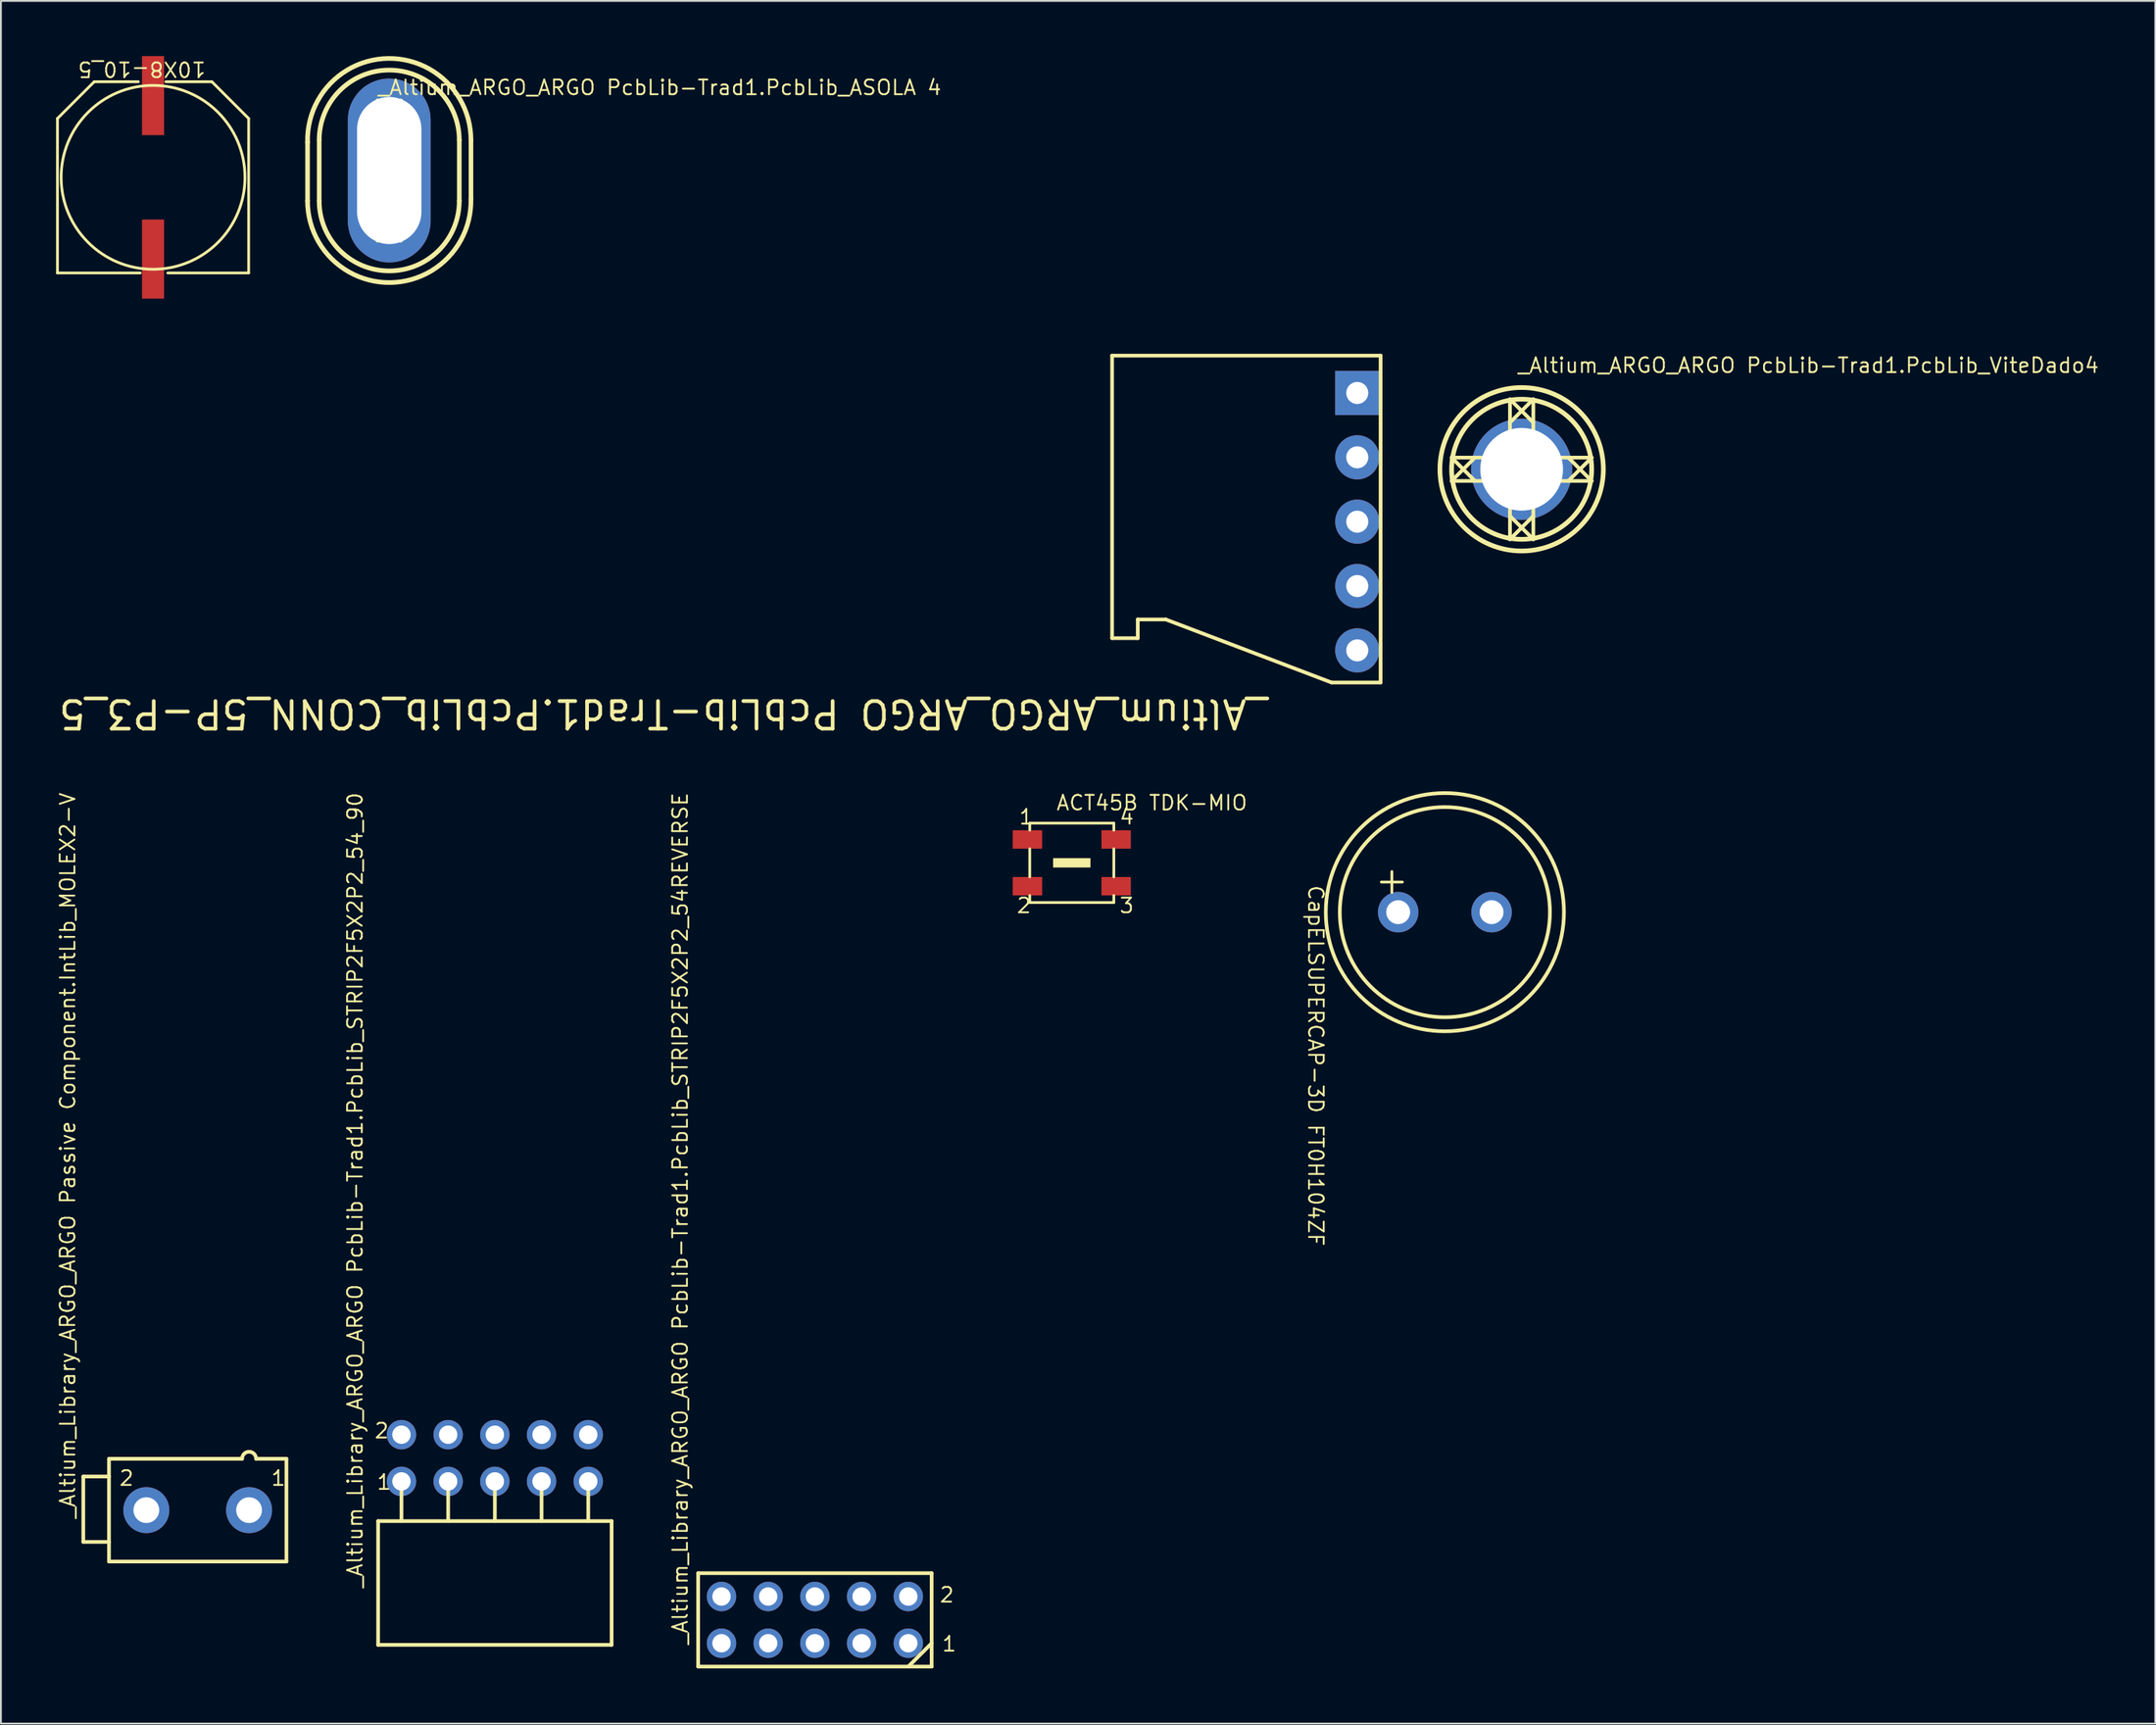
<source format=kicad_pcb>
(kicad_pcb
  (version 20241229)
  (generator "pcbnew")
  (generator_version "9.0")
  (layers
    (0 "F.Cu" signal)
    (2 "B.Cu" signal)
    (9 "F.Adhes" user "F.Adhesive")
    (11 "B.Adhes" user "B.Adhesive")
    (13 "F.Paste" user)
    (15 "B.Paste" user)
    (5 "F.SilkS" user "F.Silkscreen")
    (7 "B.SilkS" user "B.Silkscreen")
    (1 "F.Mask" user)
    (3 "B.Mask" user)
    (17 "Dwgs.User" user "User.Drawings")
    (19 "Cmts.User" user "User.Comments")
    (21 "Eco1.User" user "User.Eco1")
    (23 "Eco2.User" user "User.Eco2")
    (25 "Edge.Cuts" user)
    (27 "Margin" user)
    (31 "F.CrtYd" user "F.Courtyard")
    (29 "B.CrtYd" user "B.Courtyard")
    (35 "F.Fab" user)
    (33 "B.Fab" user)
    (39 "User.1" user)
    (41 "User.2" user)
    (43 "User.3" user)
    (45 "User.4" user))
  (footprint "_Altium_Library_ARGO_ARGO Passive Component.IntLib_MOLEX2-V"
    (layer "F.Cu")
    (at 10.498 79.082)
    (property "Reference" "_Altium_Library_ARGO_ARGO Passive Component.IntLib_MOLEX2-V" (at -9.398 0.508 90) (unlocked yes) (layer "F.SilkS") (effects (font (size 0.8 0.8) (thickness 0.1)) (justify left bottom)))
    (fp_line (start -9.017 -1.828) (end -7.62 -1.828) (stroke (width 0.2) (type solid)) (layer "F.SilkS"))
    (fp_line (start -9.017 1.728) (end -9.017 -1.828) (stroke (width 0.2) (type solid)) (layer "F.SilkS"))
    (fp_line (start -9.017 1.728) (end -7.62 1.728) (stroke (width 0.2) (type solid)) (layer "F.SilkS"))
    (fp_line (start -7.62 -2.794) (end -0.381 -2.794) (stroke (width 0.2) (type solid)) (layer "F.SilkS"))
    (fp_line (start -7.62 2.794) (end -7.62 -2.794) (stroke (width 0.2) (type solid)) (layer "F.SilkS"))
    (fp_line (start -7.62 2.794) (end 2.032 2.794) (stroke (width 0.2) (type solid)) (layer "F.SilkS"))
    (fp_line (start 0.381 -2.794) (end 2.032 -2.794) (stroke (width 0.2) (type solid)) (layer "F.SilkS"))
    (fp_line (start 2.032 2.794) (end 2.032 -2.794) (stroke (width 0.2) (type solid)) (layer "F.SilkS"))
    (fp_arc (start -0.381 -2.794) (mid 0 -3.175) (end 0.381 -2.794) (stroke (width 0.2) (type solid)) (layer "F.SilkS"))
    (fp_text user "2" (at -7.112 -1.27 0) (unlocked yes) (layer "F.SilkS") (effects (font (size 0.8 0.8) (thickness 0.1)) (justify left bottom)))
    (fp_text user "1" (at 1.143 -1.27 0) (unlocked yes) (layer "F.SilkS") (effects (font (size 0.8 0.8) (thickness 0.1)) (justify left bottom)))
    (pad "1" thru_hole circle (at 0 0) (size 2.5 2.5) (drill 1.4) (layers "*.Cu" "*.Mask"))
    (pad "2" thru_hole circle (at -5.588 0) (size 2.5 2.5) (drill 1.4) (layers "*.Cu" "*.Mask")))
  (footprint "_Altium_ARGO_ARGO PcbLib-Trad1.PcbLib_ASOLA 4"
    (layer "F.Cu")
    (at 18.122 6.223)
    (property "Reference" "_Altium_ARGO_ARGO PcbLib-Trad1.PcbLib_ASOLA 4" (at -0.666 -4.045 0) (unlocked yes) (layer "F.SilkS") (effects (font (size 0.8 0.8) (thickness 0.1)) (justify left bottom)))
    (fp_line (start -4.443 1.649) (end -4.443 -1.534) (stroke (width 0.25) (type solid)) (layer "F.SilkS"))
    (fp_line (start -3.81 1.651) (end -3.81 -1.651) (stroke (width 0.25) (type solid)) (layer "F.SilkS"))
    (fp_line (start -0.635 -3.81) (end 0.635 -2.54) (stroke (width 0.2) (type solid)) (layer "F.SilkS"))
    (fp_line (start -0.635 -2.54) (end 0.635 -3.81) (stroke (width 0.2) (type solid)) (layer "F.SilkS"))
    (fp_line (start -0.635 -0.635) (end -0.635 -3.81) (stroke (width 0.2) (type solid)) (layer "F.SilkS"))
    (fp_line (start -0.635 2.54) (end 0.635 3.81) (stroke (width 0.2) (type solid)) (layer "F.SilkS"))
    (fp_line (start -0.635 3.81) (end -0.635 0.635) (stroke (width 0.2) (type solid)) (layer "F.SilkS"))
    (fp_line (start -0.635 3.81) (end 0.635 2.54) (stroke (width 0.2) (type solid)) (layer "F.SilkS"))
    (fp_line (start 0.635 -0.635) (end 0.635 -3.81) (stroke (width 0.2) (type solid)) (layer "F.SilkS"))
    (fp_line (start 0.635 3.81) (end 0.635 0.635) (stroke (width 0.2) (type solid)) (layer "F.SilkS"))
    (fp_line (start 3.81 1.651) (end 3.81 -1.651) (stroke (width 0.25) (type solid)) (layer "F.SilkS"))
    (fp_line (start 4.443 1.534) (end 4.445 1.533) (stroke (width 0.25) (type solid)) (layer "F.SilkS"))
    (fp_line (start 4.445 1.533) (end 4.445 -1.651) (stroke (width 0.25) (type solid)) (layer "F.SilkS"))
    (fp_arc (start -4.443462 -1.534067) (mid -0.058472 -6.095616) (end 4.445 -1.651) (stroke (width 0.254) (type solid)) (layer "F.SilkS"))
    (fp_arc (start -3.81 -1.651) (mid 0 -5.461) (end 3.81 -1.651) (stroke (width 0.254) (type solid)) (layer "F.SilkS"))
    (fp_arc (start 3.81 1.651) (mid 0 5.461) (end -3.81 1.651) (stroke (width 0.254) (type solid)) (layer "F.SilkS"))
    (fp_arc (start 4.443462 1.534067) (mid 0.058472 6.095616) (end -4.445 1.651) (stroke (width 0.254) (type solid)) (layer "F.SilkS"))
    (pad "1" thru_hole oval (at 0 0) (size 4.5 10) (drill oval 3.5 8) (layers "*.Cu" "*.Mask")))
  (footprint "10X8-10_5"
    (layer "F.Cu")
    (at 5.275 2.15)
    (property "Reference" "10X8-10_5" (at 2.921 -1.905 180) (unlocked yes) (layer "F.SilkS") (effects (font (size 0.8 0.8) (thickness 0.1)) (justify left bottom)))
    (fp_line (start -5.2 1.245) (end -5.2 9.645) (stroke (width 0.15) (type solid)) (layer "F.SilkS"))
    (fp_line (start -3.2 -0.755) (end -5.2 1.245) (stroke (width 0.15) (type solid)) (layer "F.SilkS"))
    (fp_line (start -0.8 -0.755) (end -3.2 -0.755) (stroke (width 0.15) (type solid)) (layer "F.SilkS"))
    (fp_line (start -0.7 9.645) (end -5.2 9.645) (stroke (width 0.15) (type solid)) (layer "F.SilkS"))
    (fp_line (start 3.2 -0.755) (end 0.7 -0.755) (stroke (width 0.15) (type solid)) (layer "F.SilkS"))
    (fp_line (start 5.2 1.245) (end 3.2 -0.755) (stroke (width 0.15) (type solid)) (layer "F.SilkS"))
    (fp_line (start 5.2 1.245) (end 5.2 9.645) (stroke (width 0.15) (type solid)) (layer "F.SilkS"))
    (fp_line (start 5.2 9.645) (end 0.8 9.645) (stroke (width 0.15) (type solid)) (layer "F.SilkS"))
    (fp_circle (center 0 4.445) (end 0 9.445) (stroke (width 0.15) (type solid)) (fill no) (layer "F.SilkS"))
    (pad "1" smd rect (at 0 0) (size 1.2 4.3) (layers "F.Cu" "F.Mask" "F.Paste"))
    (pad "2" smd rect (at 0 8.89) (size 1.2 4.3) (layers "F.Cu" "F.Mask" "F.Paste")))
  (footprint "_Altium_Library_ARGO_ARGO PcbLib-Trad1.PcbLib_STRIP2F5X2P2_54REVERSE"
    (layer "F.Cu")
    (at 36.195 86.32)
    (property "Reference" "_Altium_Library_ARGO_ARGO PcbLib-Trad1.PcbLib_STRIP2F5X2P2_54REVERSE" (at -1.778 0.127 90) (unlocked yes) (layer "F.SilkS") (effects (font (size 0.8 0.8) (thickness 0.1)) (justify left bottom)))
    (fp_line (start -1.27 1.27) (end -1.27 -3.81) (stroke (width 0.2) (type solid)) (layer "F.SilkS"))
    (fp_line (start 11.43 -3.81) (end -1.27 -3.81) (stroke (width 0.2) (type solid)) (layer "F.SilkS"))
    (fp_line (start 11.43 -3.81) (end 11.43 1.27) (stroke (width 0.2) (type solid)) (layer "F.SilkS"))
    (fp_line (start 11.43 0) (end 10.16 1.27) (stroke (width 0.2) (type solid)) (layer "F.SilkS"))
    (fp_line (start 11.43 1.27) (end -1.27 1.27) (stroke (width 0.2) (type solid)) (layer "F.SilkS"))
    (fp_text user "1" (at 11.938 0.508 0) (unlocked yes) (layer "F.SilkS") (effects (font (size 0.8 0.8) (thickness 0.1)) (justify left bottom)))
    (fp_text user "2" (at 11.811 -2.159 0) (unlocked yes) (layer "F.SilkS") (effects (font (size 0.8 0.8) (thickness 0.1)) (justify left bottom)))
    (pad "1" thru_hole circle (at 10.16 0) (size 1.6 1.6) (drill 1) (layers "*.Cu" "*.Mask"))
    (pad "2" thru_hole circle (at 10.16 -2.54) (size 1.6 1.6) (drill 1) (layers "*.Cu" "*.Mask"))
    (pad "3" thru_hole circle (at 7.62 0) (size 1.6 1.6) (drill 1) (layers "*.Cu" "*.Mask"))
    (pad "4" thru_hole circle (at 7.62 -2.54) (size 1.6 1.6) (drill 1) (layers "*.Cu" "*.Mask"))
    (pad "5" thru_hole circle (at 5.08 0) (size 1.6 1.6) (drill 1) (layers "*.Cu" "*.Mask"))
    (pad "6" thru_hole circle (at 5.08 -2.54) (size 1.6 1.6) (drill 1) (layers "*.Cu" "*.Mask"))
    (pad "7" thru_hole circle (at 2.54 0) (size 1.6 1.6) (drill 1) (layers "*.Cu" "*.Mask"))
    (pad "8" thru_hole circle (at 2.54 -2.54) (size 1.6 1.6) (drill 1) (layers "*.Cu" "*.Mask"))
    (pad "9" thru_hole circle (at 0 0) (size 1.6 1.6) (drill 1) (layers "*.Cu" "*.Mask"))
    (pad "10" thru_hole circle (at 0 -2.54) (size 1.6 1.6) (drill 1) (layers "*.Cu" "*.Mask")))
  (footprint "ACT45B TDK-MIO"
    (layer "F.Cu")
    (at 52.835 42.607)
    (property "Reference" "ACT45B TDK-MIO" (at 1.524 -1.524 0) (unlocked yes) (layer "F.SilkS") (effects (font (size 0.8 0.8) (thickness 0.1)) (justify left bottom)))
    (fp_line (start 0.127 -0.889) (end 4.699 -0.889) (stroke (width 0.15) (type solid)) (layer "F.SilkS"))
    (fp_line (start 0.127 -0.508) (end 0.127 -0.889) (stroke (width 0.15) (type solid)) (layer "F.SilkS"))
    (fp_line (start 0.127 2.032) (end 0.127 0.508) (stroke (width 0.15) (type solid)) (layer "F.SilkS"))
    (fp_line (start 0.127 3.429) (end 0.127 3.048) (stroke (width 0.15) (type solid)) (layer "F.SilkS"))
    (fp_line (start 0.127 3.429) (end 4.699 3.429) (stroke (width 0.15) (type solid)) (layer "F.SilkS"))
    (fp_line (start 4.699 -0.508) (end 4.699 -0.889) (stroke (width 0.15) (type solid)) (layer "F.SilkS"))
    (fp_line (start 4.699 2.032) (end 4.699 0.508) (stroke (width 0.15) (type solid)) (layer "F.SilkS"))
    (fp_line (start 4.699 3.429) (end 4.699 3.048) (stroke (width 0.15) (type solid)) (layer "F.SilkS"))
    (fp_rect (start 3.429 1.016) (end 1.397 1.524) (stroke (width 0) (type default)) (fill yes) (layer "F.SilkS"))
    (fp_text user "2" (at -0.635 4.064 0) (unlocked yes) (layer "F.SilkS") (effects (font (size 0.8 0.8) (thickness 0.1)) (justify left bottom)))
    (fp_text user "4" (at 4.953 -0.762 0) (unlocked yes) (layer "F.SilkS") (effects (font (size 0.8 0.8) (thickness 0.1)) (justify left bottom)))
    (fp_text user "1" (at -0.508 -0.762 0) (unlocked yes) (layer "F.SilkS") (effects (font (size 0.8 0.8) (thickness 0.1)) (justify left bottom)))
    (fp_text user "3" (at 4.953 4.064 0) (unlocked yes) (layer "F.SilkS") (effects (font (size 0.8 0.8) (thickness 0.1)) (justify left bottom)))
    (pad "1" smd rect (at 0 0 180) (size 1.6 1) (layers "F.Cu" "F.Mask" "F.Paste"))
    (pad "2" smd rect (at 0 2.54 180) (size 1.6 1) (layers "F.Cu" "F.Mask" "F.Paste"))
    (pad "3" smd rect (at 4.826 2.54 180) (size 1.6 1) (layers "F.Cu" "F.Mask" "F.Paste"))
    (pad "4" smd rect (at 4.826 0 180) (size 1.6 1) (layers "F.Cu" "F.Mask" "F.Paste")))
  (footprint "_Altium_ARGO_ARGO PcbLib-Trad1.PcbLib_CONN_5P-P3_5"
    (layer "F.Cu")
    (at 70.775 18.322)
    (property "Reference" "_Altium_ARGO_ARGO PcbLib-Trad1.PcbLib_CONN_5P-P3_5" (at -4.76 16.561 180) (unlocked yes) (layer "F.SilkS") (effects (font (size 1.5 1.5) (thickness 0.2)) (justify left bottom)))
    (fp_line (start -13.335 -2.032) (end -13.335 13.335) (stroke (width 0.2) (type solid)) (layer "F.SilkS"))
    (fp_line (start -11.938 13.335) (end -13.335 13.335) (stroke (width 0.2) (type solid)) (layer "F.SilkS"))
    (fp_line (start -11.938 13.335) (end -11.938 12.319) (stroke (width 0.2) (type solid)) (layer "F.SilkS"))
    (fp_line (start -10.414 12.319) (end -11.938 12.319) (stroke (width 0.2) (type solid)) (layer "F.SilkS"))
    (fp_line (start -1.397 15.748) (end -10.414 12.319) (stroke (width 0.2) (type solid)) (layer "F.SilkS"))
    (fp_line (start 1.27 -2.032) (end -13.335 -2.032) (stroke (width 0.2) (type solid)) (layer "F.SilkS"))
    (fp_line (start 1.27 -2.032) (end 1.27 15.748) (stroke (width 0.2) (type solid)) (layer "F.SilkS"))
    (fp_line (start 1.27 15.748) (end -1.397 15.748) (stroke (width 0.2) (type solid)) (layer "F.SilkS"))
    (pad "1" thru_hole rect (at 0 0) (size 2.4 2.4) (drill 1.2) (layers "*.Cu" "*.Mask"))
    (pad "2" thru_hole circle (at 0 3.5) (size 2.4 2.4) (drill 1.2) (layers "*.Cu" "*.Mask"))
    (pad "3" thru_hole circle (at 0 7) (size 2.4 2.4) (drill 1.2) (layers "*.Cu" "*.Mask"))
    (pad "4" thru_hole circle (at 0 10.5) (size 2.4 2.4) (drill 1.2) (layers "*.Cu" "*.Mask"))
    (pad "5" thru_hole circle (at 0 14) (size 2.4 2.4) (drill 1.2) (layers "*.Cu" "*.Mask")))
  (footprint "_Altium_Library_ARGO_ARGO PcbLib-Trad1.PcbLib_STRIP2F5X2P2_54_90"
    (layer "F.Cu")
    (at 18.787 77.519)
    (property "Reference" "_Altium_Library_ARGO_ARGO PcbLib-Trad1.PcbLib_STRIP2F5X2P2_54_90" (at -2.057 5.842 90) (unlocked yes) (layer "F.SilkS") (effects (font (size 0.8 0.8) (thickness 0.1)) (justify left bottom)))
    (fp_line (start -1.27 2.159) (end 11.43 2.159) (stroke (width 0.2) (type solid)) (layer "F.SilkS"))
    (fp_line (start -1.27 8.89) (end -1.27 2.159) (stroke (width 0.2) (type solid)) (layer "F.SilkS"))
    (fp_line (start -1.27 8.89) (end 11.43 8.89) (stroke (width 0.2) (type solid)) (layer "F.SilkS"))
    (fp_line (start 0 2.159) (end 0 0) (stroke (width 0.2) (type solid)) (layer "F.SilkS"))
    (fp_line (start 2.54 2.159) (end 2.54 0) (stroke (width 0.2) (type solid)) (layer "F.SilkS"))
    (fp_line (start 5.08 2.159) (end 5.08 0) (stroke (width 0.2) (type solid)) (layer "F.SilkS"))
    (fp_line (start 7.62 2.159) (end 7.62 0) (stroke (width 0.2) (type solid)) (layer "F.SilkS"))
    (fp_line (start 10.16 2.159) (end 10.16 0) (stroke (width 0.2) (type solid)) (layer "F.SilkS"))
    (fp_line (start 11.43 8.89) (end 11.43 2.159) (stroke (width 0.2) (type solid)) (layer "F.SilkS"))
    (fp_text user "2" (at -1.524 -2.286 0) (unlocked yes) (layer "F.SilkS") (effects (font (size 0.8 0.8) (thickness 0.1)) (justify left bottom)))
    (fp_text user "1" (at -1.397 0.508 0) (unlocked yes) (layer "F.SilkS") (effects (font (size 0.8 0.8) (thickness 0.1)) (justify left bottom)))
    (pad "1" thru_hole circle (at 0 0) (size 1.6 1.6) (drill 1) (layers "*.Cu" "*.Mask"))
    (pad "2" thru_hole circle (at 0 -2.54) (size 1.6 1.6) (drill 1) (layers "*.Cu" "*.Mask"))
    (pad "3" thru_hole circle (at 2.54 0) (size 1.6 1.6) (drill 1) (layers "*.Cu" "*.Mask"))
    (pad "4" thru_hole circle (at 2.54 -2.54) (size 1.6 1.6) (drill 1) (layers "*.Cu" "*.Mask"))
    (pad "5" thru_hole circle (at 5.08 0) (size 1.6 1.6) (drill 1) (layers "*.Cu" "*.Mask"))
    (pad "6" thru_hole circle (at 5.08 -2.54) (size 1.6 1.6) (drill 1) (layers "*.Cu" "*.Mask"))
    (pad "7" thru_hole circle (at 7.62 0) (size 1.6 1.6) (drill 1) (layers "*.Cu" "*.Mask"))
    (pad "8" thru_hole circle (at 7.62 -2.54) (size 1.6 1.6) (drill 1) (layers "*.Cu" "*.Mask"))
    (pad "9" thru_hole circle (at 10.16 0) (size 1.6 1.6) (drill 1) (layers "*.Cu" "*.Mask"))
    (pad "10" thru_hole circle (at 10.16 -2.54) (size 1.6 1.6) (drill 1) (layers "*.Cu" "*.Mask")))
  (footprint "CapELSUPERCAP-3D FT0H104ZF"
    (layer "F.Cu")
    (at 73.001 46.56)
    (property "Reference" "CapELSUPERCAP-3D FT0H104ZF" (at -4.953 -1.524 270) (unlocked yes) (layer "F.SilkS") (effects (font (size 0.8 0.8) (thickness 0.1)) (justify left bottom)))
    (fp_circle (center 2.54 0) (end 2.54 5.715) (stroke (width 0.2) (type solid)) (fill no) (layer "F.SilkS"))
    (fp_circle (center 2.54 0) (end 2.54 6.477) (stroke (width 0.2) (type solid)) (fill no) (layer "F.SilkS"))
    (fp_text user "+" (at -1.37 -0.875 0) (unlocked yes) (layer "F.SilkS") (effects (font (size 1.5 1.5) (thickness 0.15)) (justify left bottom)))
    (pad "1" thru_hole circle (at 0 0) (size 2.2 2.2) (drill 1.3) (layers "*.Cu" "*.Mask"))
    (pad "2" thru_hole circle (at 5.08 -0.00008) (size 2.2 2.2) (drill 1.3) (layers "*.Cu" "*.Mask")))
  (footprint "_Altium_ARGO_ARGO PcbLib-Trad1.PcbLib_ViteDado4"
    (layer "F.Cu")
    (at 79.717 22.472)
    (property "Reference" "_Altium_ARGO_ARGO PcbLib-Trad1.PcbLib_ViteDado4" (at -0.254 -5.182 0) (unlocked yes) (layer "F.SilkS") (effects (font (size 0.8 0.8) (thickness 0.1)) (justify left bottom)))
    (fp_line (start -3.81 -0.635) (end -2.54 0.635) (stroke (width 0.2) (type solid)) (layer "F.SilkS"))
    (fp_line (start -3.81 -0.635) (end -0.635 -0.635) (stroke (width 0.2) (type solid)) (layer "F.SilkS"))
    (fp_line (start -3.81 0.635) (end -2.54 -0.635) (stroke (width 0.2) (type solid)) (layer "F.SilkS"))
    (fp_line (start -3.81 0.635) (end -0.635 0.635) (stroke (width 0.2) (type solid)) (layer "F.SilkS"))
    (fp_line (start -0.635 -3.81) (end 0.635 -2.54) (stroke (width 0.2) (type solid)) (layer "F.SilkS"))
    (fp_line (start -0.635 -2.54) (end 0.635 -3.81) (stroke (width 0.2) (type solid)) (layer "F.SilkS"))
    (fp_line (start -0.635 -0.635) (end -0.635 -3.81) (stroke (width 0.2) (type solid)) (layer "F.SilkS"))
    (fp_line (start -0.635 2.54) (end 0.635 3.81) (stroke (width 0.2) (type solid)) (layer "F.SilkS"))
    (fp_line (start -0.635 3.81) (end -0.635 0.635) (stroke (width 0.2) (type solid)) (layer "F.SilkS"))
    (fp_line (start -0.635 3.81) (end 0.635 2.54) (stroke (width 0.2) (type solid)) (layer "F.SilkS"))
    (fp_line (start 0.635 -0.635) (end 0.635 -3.81) (stroke (width 0.2) (type solid)) (layer "F.SilkS"))
    (fp_line (start 0.635 -0.635) (end 3.81 -0.635) (stroke (width 0.2) (type solid)) (layer "F.SilkS"))
    (fp_line (start 0.635 0.635) (end 3.81 0.635) (stroke (width 0.2) (type solid)) (layer "F.SilkS"))
    (fp_line (start 0.635 3.81) (end 0.635 0.635) (stroke (width 0.2) (type solid)) (layer "F.SilkS"))
    (fp_line (start 2.54 -0.635) (end 3.81 0.635) (stroke (width 0.2) (type solid)) (layer "F.SilkS"))
    (fp_line (start 2.54 0.635) (end 3.81 -0.635) (stroke (width 0.2) (type solid)) (layer "F.SilkS"))
    (fp_circle (center 0 0) (end 0 -4.445) (stroke (width 0.254) (type solid)) (fill no) (layer "F.SilkS"))
    (fp_circle (center 0 0) (end 0 -3.81) (stroke (width 0.254) (type solid)) (fill no) (layer "F.SilkS"))
    (pad "1" thru_hole circle (at 0 0) (size 5.5 5.5) (drill 4.5) (layers "*.Cu" "*.Mask")))
  (gr_rect
    (start -3 -3)
    (end 114.184 90.69)
    (stroke (width 0.1) (type default))
    (fill no)
    (layer "Edge.Cuts")))
</source>
